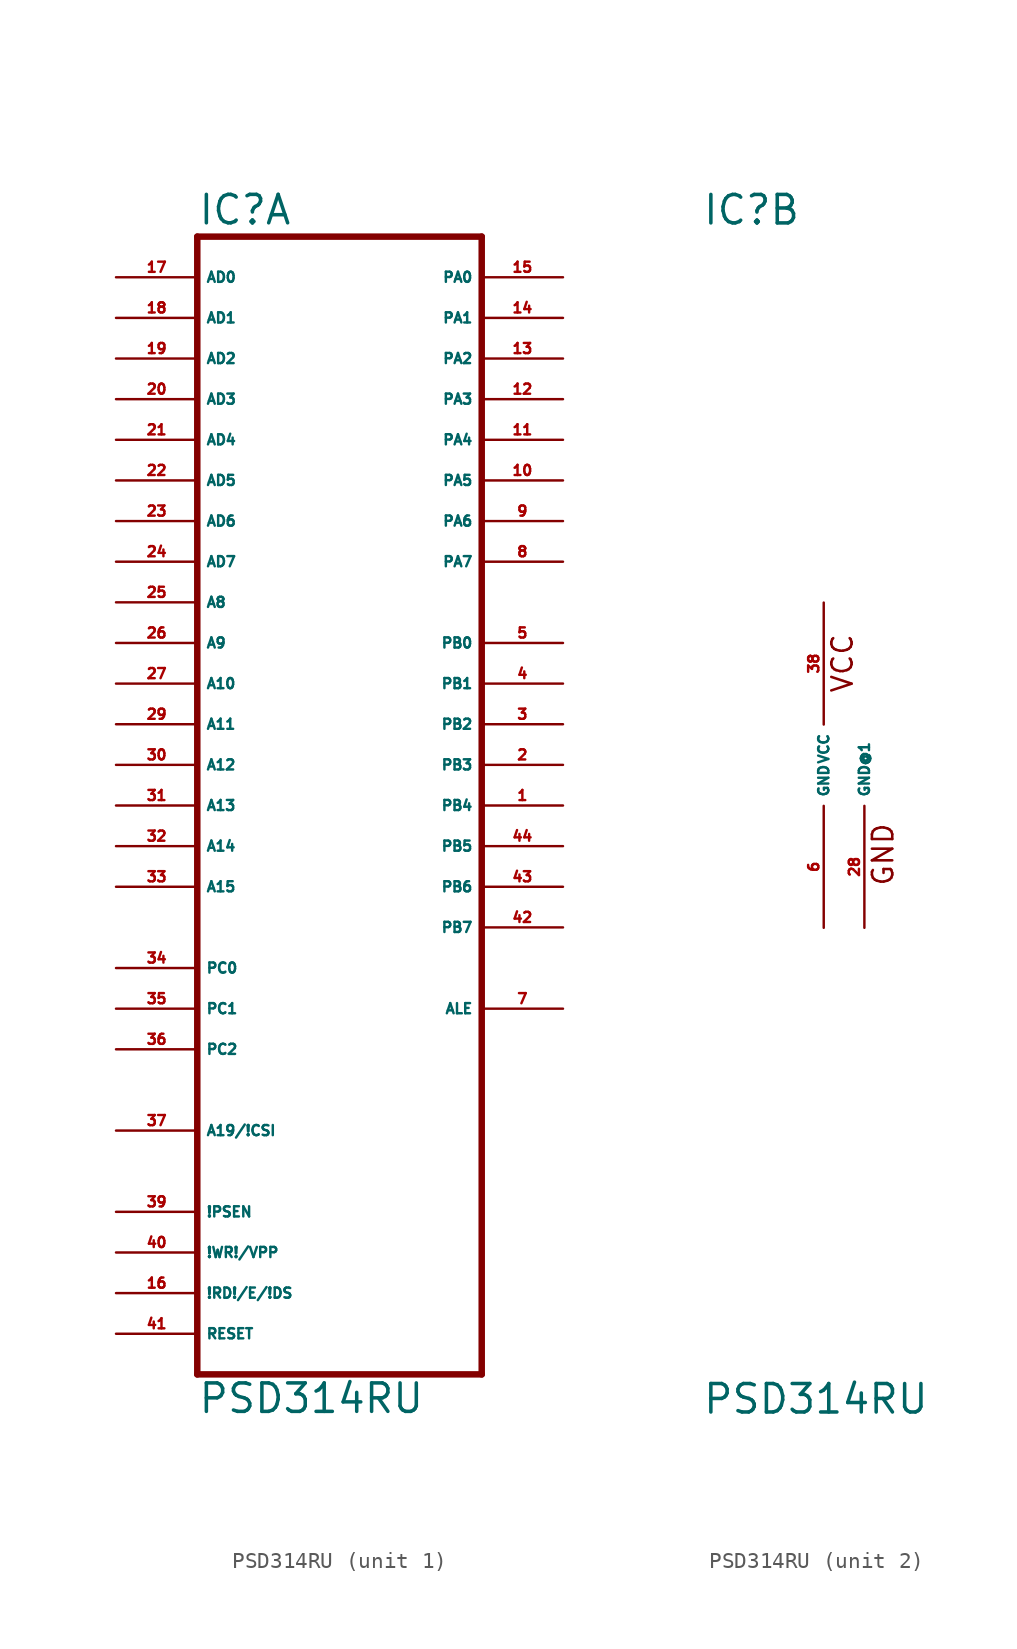
<source format=kicad_sym>
(kicad_symbol_lib
  (version 20220914)
  (generator Eagle2Kicad)
  (symbol "PSD314RU"
    (property "Reference" "IC"
      (at -7.62 33.655 0)
      (effects (font (size 1.778 1.778) (thickness 0.22)) (justify left bottom)))
    (property "Value" "PSD314RU"
      (at -7.62 -40.64 0)
      (effects (font (size 1.778 1.778) (thickness 0.22)) (justify left bottom)))
    (symbol "PSD314RU_1_0"
      (polyline (pts (xy -7.62 -38.1) (xy 10.16 -38.1)) (stroke (width 0.406) (type default)) (fill (type none)))
      (polyline (pts (xy 10.16 -38.1) (xy 10.16 33.02)) (stroke (width 0.406) (type default)) (fill (type none)))
      (polyline (pts (xy 10.16 33.02) (xy -7.62 33.02)) (stroke (width 0.406) (type default)) (fill (type none)))
      (polyline (pts (xy -7.62 33.02) (xy -7.62 -38.1)) (stroke (width 0.406) (type default)) (fill (type none)))
      (pin input line (at -12.7 30.48 0) (length 5.08) (name "AD0" (effects (font (size 0.635 0.635) (thickness 0.08)) (justify left bottom))) (number "17" (effects (font (size 0.635 0.635) (thickness 0.08)) (justify left bottom))))
      (pin input line (at -12.7 27.94 0) (length 5.08) (name "AD1" (effects (font (size 0.635 0.635) (thickness 0.08)) (justify left bottom))) (number "18" (effects (font (size 0.635 0.635) (thickness 0.08)) (justify left bottom))))
      (pin input line (at -12.7 25.4 0) (length 5.08) (name "AD2" (effects (font (size 0.635 0.635) (thickness 0.08)) (justify left bottom))) (number "19" (effects (font (size 0.635 0.635) (thickness 0.08)) (justify left bottom))))
      (pin input line (at -12.7 22.86 0) (length 5.08) (name "AD3" (effects (font (size 0.635 0.635) (thickness 0.08)) (justify left bottom))) (number "20" (effects (font (size 0.635 0.635) (thickness 0.08)) (justify left bottom))))
      (pin input line (at -12.7 20.32 0) (length 5.08) (name "AD4" (effects (font (size 0.635 0.635) (thickness 0.08)) (justify left bottom))) (number "21" (effects (font (size 0.635 0.635) (thickness 0.08)) (justify left bottom))))
      (pin input line (at -12.7 17.78 0) (length 5.08) (name "AD5" (effects (font (size 0.635 0.635) (thickness 0.08)) (justify left bottom))) (number "22" (effects (font (size 0.635 0.635) (thickness 0.08)) (justify left bottom))))
      (pin input line (at -12.7 15.24 0) (length 5.08) (name "AD6" (effects (font (size 0.635 0.635) (thickness 0.08)) (justify left bottom))) (number "23" (effects (font (size 0.635 0.635) (thickness 0.08)) (justify left bottom))))
      (pin input line (at -12.7 12.7 0) (length 5.08) (name "AD7" (effects (font (size 0.635 0.635) (thickness 0.08)) (justify left bottom))) (number "24" (effects (font (size 0.635 0.635) (thickness 0.08)) (justify left bottom))))
      (pin input line (at -12.7 10.16 0) (length 5.08) (name "A8" (effects (font (size 0.635 0.635) (thickness 0.08)) (justify left bottom))) (number "25" (effects (font (size 0.635 0.635) (thickness 0.08)) (justify left bottom))))
      (pin input line (at -12.7 7.62 0) (length 5.08) (name "A9" (effects (font (size 0.635 0.635) (thickness 0.08)) (justify left bottom))) (number "26" (effects (font (size 0.635 0.635) (thickness 0.08)) (justify left bottom))))
      (pin input line (at -12.7 5.08 0) (length 5.08) (name "A10" (effects (font (size 0.635 0.635) (thickness 0.08)) (justify left bottom))) (number "27" (effects (font (size 0.635 0.635) (thickness 0.08)) (justify left bottom))))
      (pin input line (at -12.7 2.54 0) (length 5.08) (name "A11" (effects (font (size 0.635 0.635) (thickness 0.08)) (justify left bottom))) (number "29" (effects (font (size 0.635 0.635) (thickness 0.08)) (justify left bottom))))
      (pin input line (at -12.7 0 0) (length 5.08) (name "A12" (effects (font (size 0.635 0.635) (thickness 0.08)) (justify left bottom))) (number "30" (effects (font (size 0.635 0.635) (thickness 0.08)) (justify left bottom))))
      (pin input line (at -12.7 -2.54 0) (length 5.08) (name "A13" (effects (font (size 0.635 0.635) (thickness 0.08)) (justify left bottom))) (number "31" (effects (font (size 0.635 0.635) (thickness 0.08)) (justify left bottom))))
      (pin input line (at -12.7 -5.08 0) (length 5.08) (name "A14" (effects (font (size 0.635 0.635) (thickness 0.08)) (justify left bottom))) (number "32" (effects (font (size 0.635 0.635) (thickness 0.08)) (justify left bottom))))
      (pin input line (at -12.7 -7.62 0) (length 5.08) (name "A15" (effects (font (size 0.635 0.635) (thickness 0.08)) (justify left bottom))) (number "33" (effects (font (size 0.635 0.635) (thickness 0.08)) (justify left bottom))))
      (pin input line (at -12.7 -12.7 0) (length 5.08) (name "PC0" (effects (font (size 0.635 0.635) (thickness 0.08)) (justify left bottom))) (number "34" (effects (font (size 0.635 0.635) (thickness 0.08)) (justify left bottom))))
      (pin input line (at -12.7 -15.24 0) (length 5.08) (name "PC1" (effects (font (size 0.635 0.635) (thickness 0.08)) (justify left bottom))) (number "35" (effects (font (size 0.635 0.635) (thickness 0.08)) (justify left bottom))))
      (pin input line (at -12.7 -17.78 0) (length 5.08) (name "PC2" (effects (font (size 0.635 0.635) (thickness 0.08)) (justify left bottom))) (number "36" (effects (font (size 0.635 0.635) (thickness 0.08)) (justify left bottom))))
      (pin input line (at -12.7 -22.86 0) (length 5.08) (name "A19/!CSI" (effects (font (size 0.635 0.635) (thickness 0.08)) (justify left bottom))) (number "37" (effects (font (size 0.635 0.635) (thickness 0.08)) (justify left bottom))))
      (pin bidirectional line (at 15.24 30.48 180) (length 5.08) (name "PA0" (effects (font (size 0.635 0.635) (thickness 0.08)) (justify left bottom))) (number "15" (effects (font (size 0.635 0.635) (thickness 0.08)) (justify left bottom))))
      (pin bidirectional line (at 15.24 27.94 180) (length 5.08) (name "PA1" (effects (font (size 0.635 0.635) (thickness 0.08)) (justify left bottom))) (number "14" (effects (font (size 0.635 0.635) (thickness 0.08)) (justify left bottom))))
      (pin bidirectional line (at 15.24 25.4 180) (length 5.08) (name "PA2" (effects (font (size 0.635 0.635) (thickness 0.08)) (justify left bottom))) (number "13" (effects (font (size 0.635 0.635) (thickness 0.08)) (justify left bottom))))
      (pin bidirectional line (at 15.24 22.86 180) (length 5.08) (name "PA3" (effects (font (size 0.635 0.635) (thickness 0.08)) (justify left bottom))) (number "12" (effects (font (size 0.635 0.635) (thickness 0.08)) (justify left bottom))))
      (pin bidirectional line (at 15.24 20.32 180) (length 5.08) (name "PA4" (effects (font (size 0.635 0.635) (thickness 0.08)) (justify left bottom))) (number "11" (effects (font (size 0.635 0.635) (thickness 0.08)) (justify left bottom))))
      (pin bidirectional line (at 15.24 17.78 180) (length 5.08) (name "PA5" (effects (font (size 0.635 0.635) (thickness 0.08)) (justify left bottom))) (number "10" (effects (font (size 0.635 0.635) (thickness 0.08)) (justify left bottom))))
      (pin bidirectional line (at 15.24 15.24 180) (length 5.08) (name "PA6" (effects (font (size 0.635 0.635) (thickness 0.08)) (justify left bottom))) (number "9" (effects (font (size 0.635 0.635) (thickness 0.08)) (justify left bottom))))
      (pin bidirectional line (at 15.24 12.7 180) (length 5.08) (name "PA7" (effects (font (size 0.635 0.635) (thickness 0.08)) (justify left bottom))) (number "8" (effects (font (size 0.635 0.635) (thickness 0.08)) (justify left bottom))))
      (pin output line (at 15.24 7.62 180) (length 5.08) (name "PB0" (effects (font (size 0.635 0.635) (thickness 0.08)) (justify left bottom))) (number "5" (effects (font (size 0.635 0.635) (thickness 0.08)) (justify left bottom))))
      (pin output line (at 15.24 5.08 180) (length 5.08) (name "PB1" (effects (font (size 0.635 0.635) (thickness 0.08)) (justify left bottom))) (number "4" (effects (font (size 0.635 0.635) (thickness 0.08)) (justify left bottom))))
      (pin output line (at 15.24 2.54 180) (length 5.08) (name "PB2" (effects (font (size 0.635 0.635) (thickness 0.08)) (justify left bottom))) (number "3" (effects (font (size 0.635 0.635) (thickness 0.08)) (justify left bottom))))
      (pin output line (at 15.24 0 180) (length 5.08) (name "PB3" (effects (font (size 0.635 0.635) (thickness 0.08)) (justify left bottom))) (number "2" (effects (font (size 0.635 0.635) (thickness 0.08)) (justify left bottom))))
      (pin output line (at 15.24 -2.54 180) (length 5.08) (name "PB4" (effects (font (size 0.635 0.635) (thickness 0.08)) (justify left bottom))) (number "1" (effects (font (size 0.635 0.635) (thickness 0.08)) (justify left bottom))))
      (pin output line (at 15.24 -5.08 180) (length 5.08) (name "PB5" (effects (font (size 0.635 0.635) (thickness 0.08)) (justify left bottom))) (number "44" (effects (font (size 0.635 0.635) (thickness 0.08)) (justify left bottom))))
      (pin output line (at 15.24 -7.62 180) (length 5.08) (name "PB6" (effects (font (size 0.635 0.635) (thickness 0.08)) (justify left bottom))) (number "43" (effects (font (size 0.635 0.635) (thickness 0.08)) (justify left bottom))))
      (pin output line (at 15.24 -10.16 180) (length 5.08) (name "PB7" (effects (font (size 0.635 0.635) (thickness 0.08)) (justify left bottom))) (number "42" (effects (font (size 0.635 0.635) (thickness 0.08)) (justify left bottom))))
      (pin output line (at 15.24 -15.24 180) (length 5.08) (name "ALE" (effects (font (size 0.635 0.635) (thickness 0.08)) (justify left bottom))) (number "7" (effects (font (size 0.635 0.635) (thickness 0.08)) (justify left bottom))))
      (pin input line (at -12.7 -27.94 0) (length 5.08) (name "!PSEN" (effects (font (size 0.635 0.635) (thickness 0.08)) (justify left bottom))) (number "39" (effects (font (size 0.635 0.635) (thickness 0.08)) (justify left bottom))))
      (pin input line (at -12.7 -30.48 0) (length 5.08) (name "!WR!/VPP" (effects (font (size 0.635 0.635) (thickness 0.08)) (justify left bottom))) (number "40" (effects (font (size 0.635 0.635) (thickness 0.08)) (justify left bottom))))
      (pin input line (at -12.7 -33.02 0) (length 5.08) (name "!RD!/E/!DS" (effects (font (size 0.635 0.635) (thickness 0.08)) (justify left bottom))) (number "16" (effects (font (size 0.635 0.635) (thickness 0.08)) (justify left bottom))))
      (pin input line (at -12.7 -35.56 0) (length 5.08) (name "RESET" (effects (font (size 0.635 0.635) (thickness 0.08)) (justify left bottom))) (number "41" (effects (font (size 0.635 0.635) (thickness 0.08)) (justify left bottom)))))
    (symbol "PSD314RU_2_0"
      (text "VCC" (at 1.905 4.445 900) (effects (font (size 1.27 1.27) (thickness 0.16)) (justify left bottom)))
      (text "GND" (at 4.445 -7.62 900) (effects (font (size 1.27 1.27) (thickness 0.16)) (justify left bottom)))
      (pin unspecified line (at 0 10.16 270) (length 7.62) (name "VCC" (effects (font (size 0.635 0.635) (thickness 0.08)) (justify left bottom))) (number "38" (effects (font (size 0.635 0.635) (thickness 0.08)) (justify left bottom))))
      (pin unspecified line (at 0 -10.16 90) (length 7.62) (name "GND" (effects (font (size 0.635 0.635) (thickness 0.08)) (justify left bottom))) (number "6" (effects (font (size 0.635 0.635) (thickness 0.08)) (justify left bottom))))
      (pin unspecified line (at 2.54 -10.16 90) (length 7.62) (name "GND@1" (effects (font (size 0.635 0.635) (thickness 0.08)) (justify left bottom))) (number "28" (effects (font (size 0.635 0.635) (thickness 0.08)) (justify left bottom)))))))
</source>
